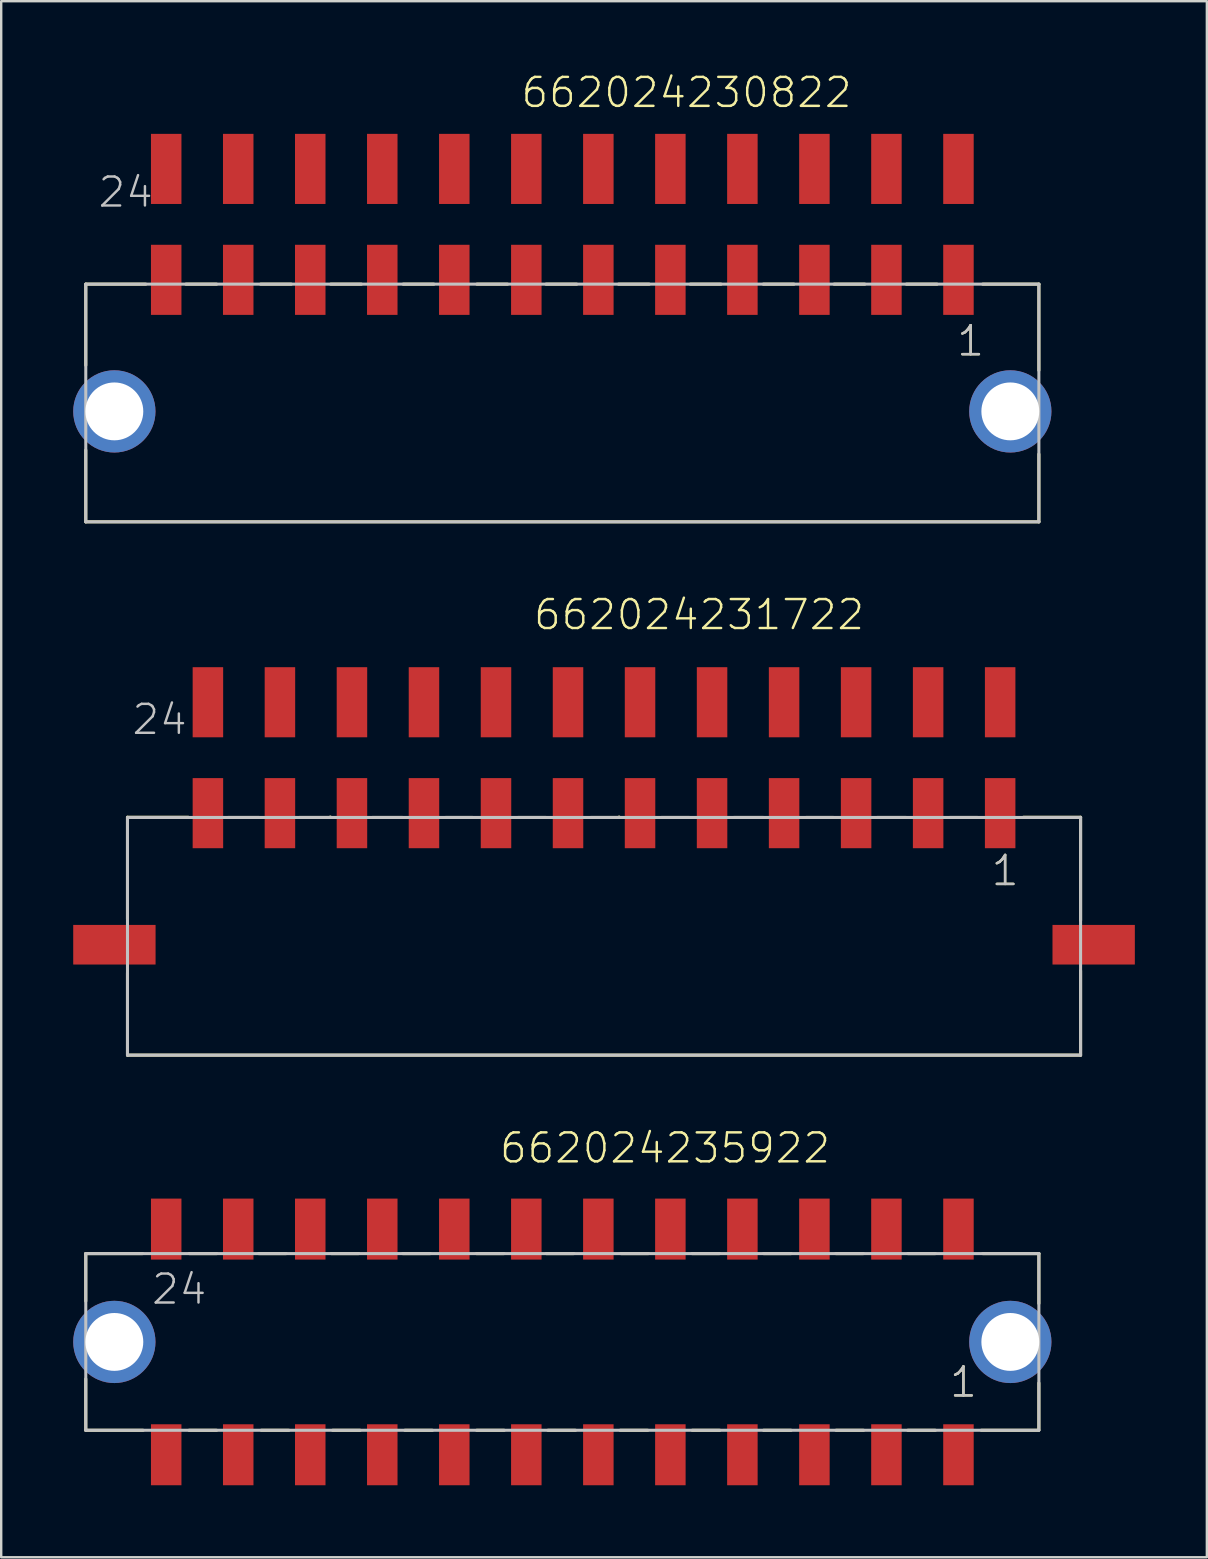
<source format=kicad_pcb>
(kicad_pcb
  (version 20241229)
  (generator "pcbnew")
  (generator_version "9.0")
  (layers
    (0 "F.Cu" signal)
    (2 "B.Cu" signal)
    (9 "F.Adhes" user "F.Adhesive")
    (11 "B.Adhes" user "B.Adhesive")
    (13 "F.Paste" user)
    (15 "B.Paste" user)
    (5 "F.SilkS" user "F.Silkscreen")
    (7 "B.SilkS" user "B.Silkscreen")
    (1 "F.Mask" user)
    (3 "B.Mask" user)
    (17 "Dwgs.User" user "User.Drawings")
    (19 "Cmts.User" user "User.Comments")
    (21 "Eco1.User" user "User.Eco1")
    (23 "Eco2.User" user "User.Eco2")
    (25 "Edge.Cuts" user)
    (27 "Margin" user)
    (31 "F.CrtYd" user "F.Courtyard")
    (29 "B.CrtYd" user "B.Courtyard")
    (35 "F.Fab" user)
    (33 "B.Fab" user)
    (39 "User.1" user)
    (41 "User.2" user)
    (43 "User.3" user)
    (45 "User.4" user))
  (footprint "662024230822"
    (layer "F.Cu")
    (at 20.373 14.086)
    (property "Reference" "662024230822" (at -1.785 -12.575 0) (layer "F.SilkS") (effects (font (size 1.206 1.206) (thickness 0.102)) (justify left bottom)))
    (attr through_hole)
    (fp_line (start -19.85 -5.3) (end -19.85 -1.92) (stroke (width 0.127) (type solid)) (layer "F.SilkS"))
    (fp_line (start -19.85 1.61) (end -19.85 4.6) (stroke (width 0.127) (type solid)) (layer "F.SilkS"))
    (fp_line (start -19.85 4.6) (end 19.85 4.6) (stroke (width 0.127) (type solid)) (layer "F.SilkS"))
    (fp_line (start -17.35 -5.3) (end -19.85 -5.3) (stroke (width 0.127) (type solid)) (layer "F.SilkS"))
    (fp_line (start -15.68 -5.3) (end -14.4 -5.3) (stroke (width 0.127) (type solid)) (layer "F.SilkS"))
    (fp_line (start -12.57 -5.3) (end -11.29 -5.3) (stroke (width 0.127) (type solid)) (layer "F.SilkS"))
    (fp_line (start -9.65 -5.3) (end -8.37 -5.3) (stroke (width 0.127) (type solid)) (layer "F.SilkS"))
    (fp_line (start -6.63 -5.3) (end -5.35 -5.3) (stroke (width 0.127) (type solid)) (layer "F.SilkS"))
    (fp_line (start -3.56 -5.3) (end -2.28 -5.3) (stroke (width 0.127) (type solid)) (layer "F.SilkS"))
    (fp_line (start -0.68 -5.3) (end 0.6 -5.3) (stroke (width 0.127) (type solid)) (layer "F.SilkS"))
    (fp_line (start 2.34 -5.3) (end 3.62 -5.3) (stroke (width 0.127) (type solid)) (layer "F.SilkS"))
    (fp_line (start 5.33 -5.3) (end 6.61 -5.3) (stroke (width 0.127) (type solid)) (layer "F.SilkS"))
    (fp_line (start 8.37 -5.3) (end 9.65 -5.3) (stroke (width 0.127) (type solid)) (layer "F.SilkS"))
    (fp_line (start 11.32 -5.3) (end 12.6 -5.3) (stroke (width 0.127) (type solid)) (layer "F.SilkS"))
    (fp_line (start 14.33 -5.3) (end 15.61 -5.3) (stroke (width 0.127) (type solid)) (layer "F.SilkS"))
    (fp_line (start 17.51 -5.3) (end 19.85 -5.3) (stroke (width 0.127) (type solid)) (layer "F.SilkS"))
    (fp_line (start 19.85 -5.3) (end 19.85 -1.71) (stroke (width 0.127) (type solid)) (layer "F.SilkS"))
    (fp_line (start 19.85 4.6) (end 19.85 1.78) (stroke (width 0.127) (type solid)) (layer "F.SilkS"))
    (fp_line (start -19.85 -5.3) (end 19.85 -5.3) (stroke (width 0.127) (type solid)) (layer "Dwgs.User"))
    (fp_line (start -19.85 4.6) (end -19.85 -5.3) (stroke (width 0.127) (type solid)) (layer "Dwgs.User"))
    (fp_line (start 19.85 -5.3) (end 19.85 4.6) (stroke (width 0.127) (type solid)) (layer "Dwgs.User"))
    (fp_line (start 19.85 4.6) (end -19.85 4.6) (stroke (width 0.127) (type solid)) (layer "Dwgs.User"))
    (fp_text user "1" (at 16.365 -2.23 0) (layer "F.SilkS") (effects (font (size 1.206 1.206) (thickness 0.102)) (justify left bottom)))
    (fp_text user "24" (at -19.405 -8.425 0) (layer "Dwgs.User") (effects (font (size 1.206 1.206) (thickness 0.102)) (justify left bottom)))
    (fp_text user "1" (at 16.365 -2.23 0) (layer "Dwgs.User") (effects (font (size 1.206 1.206) (thickness 0.102)) (justify left bottom)))
    (pad "1" smd rect (at 16.5 -5.48 90) (size 2.92 1.27) (layers "F.Cu" "F.Mask" "F.Paste"))
    (pad "2" smd rect (at 13.5 -5.48 90) (size 2.92 1.27) (layers "F.Cu" "F.Mask" "F.Paste"))
    (pad "3" smd rect (at 10.5 -5.48 90) (size 2.92 1.27) (layers "F.Cu" "F.Mask" "F.Paste"))
    (pad "4" smd rect (at 7.5 -5.48 90) (size 2.92 1.27) (layers "F.Cu" "F.Mask" "F.Paste"))
    (pad "5" smd rect (at 4.5 -5.48 90) (size 2.92 1.27) (layers "F.Cu" "F.Mask" "F.Paste"))
    (pad "6" smd rect (at 1.5 -5.48 90) (size 2.92 1.27) (layers "F.Cu" "F.Mask" "F.Paste"))
    (pad "7" smd rect (at -1.5 -5.48 90) (size 2.92 1.27) (layers "F.Cu" "F.Mask" "F.Paste"))
    (pad "8" smd rect (at -4.5 -5.48 90) (size 2.92 1.27) (layers "F.Cu" "F.Mask" "F.Paste"))
    (pad "9" smd rect (at -7.5 -5.48 90) (size 2.92 1.27) (layers "F.Cu" "F.Mask" "F.Paste"))
    (pad "10" smd rect (at -10.5 -5.48 90) (size 2.92 1.27) (layers "F.Cu" "F.Mask" "F.Paste"))
    (pad "11" smd rect (at -13.5 -5.48 90) (size 2.92 1.27) (layers "F.Cu" "F.Mask" "F.Paste"))
    (pad "12" smd rect (at -16.5 -5.48 90) (size 2.92 1.27) (layers "F.Cu" "F.Mask" "F.Paste"))
    (pad "13" smd rect (at 16.5 -10.1 90) (size 2.92 1.27) (layers "F.Cu" "F.Mask" "F.Paste"))
    (pad "14" smd rect (at 13.5 -10.1 90) (size 2.92 1.27) (layers "F.Cu" "F.Mask" "F.Paste"))
    (pad "15" smd rect (at 10.5 -10.1 90) (size 2.92 1.27) (layers "F.Cu" "F.Mask" "F.Paste"))
    (pad "16" smd rect (at 7.5 -10.1 90) (size 2.92 1.27) (layers "F.Cu" "F.Mask" "F.Paste"))
    (pad "17" smd rect (at 4.5 -10.1 90) (size 2.92 1.27) (layers "F.Cu" "F.Mask" "F.Paste"))
    (pad "18" smd rect (at 1.5 -10.1 90) (size 2.92 1.27) (layers "F.Cu" "F.Mask" "F.Paste"))
    (pad "19" smd rect (at -1.5 -10.1 90) (size 2.92 1.27) (layers "F.Cu" "F.Mask" "F.Paste"))
    (pad "20" smd rect (at -4.5 -10.1 90) (size 2.92 1.27) (layers "F.Cu" "F.Mask" "F.Paste"))
    (pad "21" smd rect (at -7.5 -10.1 90) (size 2.92 1.27) (layers "F.Cu" "F.Mask" "F.Paste"))
    (pad "22" smd rect (at -10.5 -10.1 90) (size 2.92 1.27) (layers "F.Cu" "F.Mask" "F.Paste"))
    (pad "23" smd rect (at -13.5 -10.1 90) (size 2.92 1.27) (layers "F.Cu" "F.Mask" "F.Paste"))
    (pad "24" smd rect (at -16.5 -10.1 90) (size 2.92 1.27) (layers "F.Cu" "F.Mask" "F.Paste"))
    (pad "Z1" thru_hole circle (at -18.66 0) (size 3.426 3.426) (drill 2.41) (layers "*.Cu" "*.Mask"))
    (pad "Z2" thru_hole circle (at 18.66 0) (size 3.426 3.426) (drill 2.41) (layers "*.Cu" "*.Mask")))
  (footprint "662024235922"
    (layer "F.Cu")
    (at 20.373 52.846)
    (property "Reference" "662024235922" (at -2.68 -7.37 0) (layer "F.SilkS") (effects (font (size 1.206 1.206) (thickness 0.102)) (justify left bottom)))
    (attr through_hole)
    (fp_line (start -19.85 -3.68) (end -19.85 -1.7) (stroke (width 0.127) (type solid)) (layer "F.SilkS"))
    (fp_line (start -19.85 1.54) (end -19.85 3.68) (stroke (width 0.127) (type solid)) (layer "F.SilkS"))
    (fp_line (start -17.48 -3.68) (end -19.85 -3.68) (stroke (width 0.127) (type solid)) (layer "F.SilkS"))
    (fp_line (start -17.46 3.68) (end -19.85 3.68) (stroke (width 0.127) (type solid)) (layer "F.SilkS"))
    (fp_line (start -15.55 3.68) (end -14.4 3.68) (stroke (width 0.127) (type solid)) (layer "F.SilkS"))
    (fp_line (start -15.54 -3.68) (end -14.39 -3.68) (stroke (width 0.127) (type solid)) (layer "F.SilkS"))
    (fp_line (start -12.65 -3.68) (end -11.5 -3.68) (stroke (width 0.127) (type solid)) (layer "F.SilkS"))
    (fp_line (start -12.54 3.68) (end -11.39 3.68) (stroke (width 0.127) (type solid)) (layer "F.SilkS"))
    (fp_line (start -9.63 -3.68) (end -8.48 -3.68) (stroke (width 0.127) (type solid)) (layer "F.SilkS"))
    (fp_line (start -9.57 3.68) (end -8.42 3.68) (stroke (width 0.127) (type solid)) (layer "F.SilkS"))
    (fp_line (start -6.65 -3.68) (end -5.5 -3.68) (stroke (width 0.127) (type solid)) (layer "F.SilkS"))
    (fp_line (start -6.56 3.68) (end -5.41 3.68) (stroke (width 0.127) (type solid)) (layer "F.SilkS"))
    (fp_line (start -3.58 -3.68) (end -2.43 -3.68) (stroke (width 0.127) (type solid)) (layer "F.SilkS"))
    (fp_line (start -3.57 3.68) (end -2.42 3.68) (stroke (width 0.127) (type solid)) (layer "F.SilkS"))
    (fp_line (start -0.67 -3.68) (end 0.48 -3.68) (stroke (width 0.127) (type solid)) (layer "F.SilkS"))
    (fp_line (start -0.6 3.68) (end 0.55 3.68) (stroke (width 0.127) (type solid)) (layer "F.SilkS"))
    (fp_line (start 2.41 3.68) (end 3.56 3.68) (stroke (width 0.127) (type solid)) (layer "F.SilkS"))
    (fp_line (start 2.44 -3.68) (end 3.59 -3.68) (stroke (width 0.127) (type solid)) (layer "F.SilkS"))
    (fp_line (start 5.4 -3.68) (end 6.55 -3.68) (stroke (width 0.127) (type solid)) (layer "F.SilkS"))
    (fp_line (start 5.41 3.68) (end 6.56 3.68) (stroke (width 0.127) (type solid)) (layer "F.SilkS"))
    (fp_line (start 8.38 -3.68) (end 9.53 -3.68) (stroke (width 0.127) (type solid)) (layer "F.SilkS"))
    (fp_line (start 8.38 3.68) (end 9.53 3.68) (stroke (width 0.127) (type solid)) (layer "F.SilkS"))
    (fp_line (start 11.39 -3.68) (end 12.54 -3.68) (stroke (width 0.127) (type solid)) (layer "F.SilkS"))
    (fp_line (start 11.4 3.68) (end 12.55 3.68) (stroke (width 0.127) (type solid)) (layer "F.SilkS"))
    (fp_line (start 14.39 -3.68) (end 15.54 -3.68) (stroke (width 0.127) (type solid)) (layer "F.SilkS"))
    (fp_line (start 14.39 3.68) (end 15.54 3.68) (stroke (width 0.127) (type solid)) (layer "F.SilkS"))
    (fp_line (start 17.51 -3.68) (end 19.85 -3.68) (stroke (width 0.127) (type solid)) (layer "F.SilkS"))
    (fp_line (start 19.84 3.68) (end 17.45 3.68) (stroke (width 0.127) (type solid)) (layer "F.SilkS"))
    (fp_line (start 19.85 -3.68) (end 19.85 -1.6) (stroke (width 0.127) (type solid)) (layer "F.SilkS"))
    (fp_line (start 19.85 1.71) (end 19.85 3.67) (stroke (width 0.127) (type solid)) (layer "F.SilkS"))
    (fp_line (start -19.85 -3.68) (end 19.85 -3.68) (stroke (width 0.127) (type solid)) (layer "Dwgs.User"))
    (fp_line (start -19.85 3.68) (end -19.85 -3.68) (stroke (width 0.127) (type solid)) (layer "Dwgs.User"))
    (fp_line (start 19.85 -3.68) (end 19.85 3.68) (stroke (width 0.127) (type solid)) (layer "Dwgs.User"))
    (fp_line (start 19.85 3.68) (end -19.85 3.68) (stroke (width 0.127) (type solid)) (layer "Dwgs.User"))
    (fp_text user "1" (at 16.065 2.38 0) (layer "F.SilkS") (effects (font (size 1.206 1.206) (thickness 0.102)) (justify left bottom)))
    (fp_text user "1" (at 16.065 2.38 0) (layer "Dwgs.User") (effects (font (size 1.206 1.206) (thickness 0.102)) (justify left bottom)))
    (fp_text user "24" (at -17.175 -1.49 0) (layer "Dwgs.User") (effects (font (size 1.206 1.206) (thickness 0.102)) (justify left bottom)))
    (pad "1" smd rect (at 16.5 4.7 90) (size 2.54 1.27) (layers "F.Cu" "F.Mask" "F.Paste"))
    (pad "2" smd rect (at 13.5 4.7 90) (size 2.54 1.27) (layers "F.Cu" "F.Mask" "F.Paste"))
    (pad "3" smd rect (at 10.5 4.7 90) (size 2.54 1.27) (layers "F.Cu" "F.Mask" "F.Paste"))
    (pad "4" smd rect (at 7.5 4.7 90) (size 2.54 1.27) (layers "F.Cu" "F.Mask" "F.Paste"))
    (pad "5" smd rect (at 4.5 4.7 90) (size 2.54 1.27) (layers "F.Cu" "F.Mask" "F.Paste"))
    (pad "6" smd rect (at 1.5 4.7 90) (size 2.54 1.27) (layers "F.Cu" "F.Mask" "F.Paste"))
    (pad "7" smd rect (at -1.5 4.7 90) (size 2.54 1.27) (layers "F.Cu" "F.Mask" "F.Paste"))
    (pad "8" smd rect (at -4.5 4.7 90) (size 2.54 1.27) (layers "F.Cu" "F.Mask" "F.Paste"))
    (pad "9" smd rect (at -7.5 4.7 90) (size 2.54 1.27) (layers "F.Cu" "F.Mask" "F.Paste"))
    (pad "10" smd rect (at -10.5 4.7 90) (size 2.54 1.27) (layers "F.Cu" "F.Mask" "F.Paste"))
    (pad "11" smd rect (at -13.5 4.7 90) (size 2.54 1.27) (layers "F.Cu" "F.Mask" "F.Paste"))
    (pad "12" smd rect (at -16.5 4.7 90) (size 2.54 1.27) (layers "F.Cu" "F.Mask" "F.Paste"))
    (pad "13" smd rect (at 16.5 -4.7 90) (size 2.54 1.27) (layers "F.Cu" "F.Mask" "F.Paste"))
    (pad "14" smd rect (at 13.5 -4.7 90) (size 2.54 1.27) (layers "F.Cu" "F.Mask" "F.Paste"))
    (pad "15" smd rect (at 10.5 -4.7 90) (size 2.54 1.27) (layers "F.Cu" "F.Mask" "F.Paste"))
    (pad "16" smd rect (at 7.5 -4.7 90) (size 2.54 1.27) (layers "F.Cu" "F.Mask" "F.Paste"))
    (pad "17" smd rect (at 4.5 -4.7 90) (size 2.54 1.27) (layers "F.Cu" "F.Mask" "F.Paste"))
    (pad "18" smd rect (at 1.5 -4.7 90) (size 2.54 1.27) (layers "F.Cu" "F.Mask" "F.Paste"))
    (pad "19" smd rect (at -1.5 -4.7 90) (size 2.54 1.27) (layers "F.Cu" "F.Mask" "F.Paste"))
    (pad "20" smd rect (at -4.5 -4.7 90) (size 2.54 1.27) (layers "F.Cu" "F.Mask" "F.Paste"))
    (pad "21" smd rect (at -7.5 -4.7 90) (size 2.54 1.27) (layers "F.Cu" "F.Mask" "F.Paste"))
    (pad "22" smd rect (at -10.5 -4.7 90) (size 2.54 1.27) (layers "F.Cu" "F.Mask" "F.Paste"))
    (pad "23" smd rect (at -13.5 -4.7 90) (size 2.54 1.27) (layers "F.Cu" "F.Mask" "F.Paste"))
    (pad "24" smd rect (at -16.5 -4.7 90) (size 2.54 1.27) (layers "F.Cu" "F.Mask" "F.Paste"))
    (pad "Z1" thru_hole circle (at -18.66 0) (size 3.426 3.426) (drill 2.41) (layers "*.Cu" "*.Mask"))
    (pad "Z2" thru_hole circle (at 18.66 0) (size 3.426 3.426) (drill 2.41) (layers "*.Cu" "*.Mask")))
  (footprint "662024231722"
    (layer "F.Cu")
    (at 22.11 36.301)
    (property "Reference" "662024231722" (at -3 -13.04 0) (layer "F.SilkS") (effects (font (size 1.206 1.206) (thickness 0.102)) (justify left bottom)))
    (attr through_hole)
    (fp_line (start -19.85 -5.31) (end -19.85 -1.07) (stroke (width 0.127) (type solid)) (layer "F.SilkS"))
    (fp_line (start -19.85 1.17) (end -19.85 4.6) (stroke (width 0.127) (type solid)) (layer "F.SilkS"))
    (fp_line (start -19.85 4.6) (end 19.85 4.6) (stroke (width 0.127) (type solid)) (layer "F.SilkS"))
    (fp_line (start -17.32 -5.31) (end -19.85 -5.31) (stroke (width 0.127) (type solid)) (layer "F.SilkS"))
    (fp_line (start -15.67 -5.3) (end -14.36 -5.3) (stroke (width 0.127) (type solid)) (layer "F.SilkS"))
    (fp_line (start -12.7 -5.3) (end -11.4 -5.3) (stroke (width 0.127) (type solid)) (layer "F.SilkS"))
    (fp_line (start -11.4 -5.3) (end -11.4 -5.32) (stroke (width 0.127) (type solid)) (layer "F.SilkS"))
    (fp_line (start -9.66 -5.3) (end -8.38 -5.3) (stroke (width 0.127) (type solid)) (layer "F.SilkS"))
    (fp_line (start -6.61 -5.3) (end -5.46 -5.3) (stroke (width 0.127) (type solid)) (layer "F.SilkS"))
    (fp_line (start -3.59 -5.3) (end -2.41 -5.3) (stroke (width 0.127) (type solid)) (layer "F.SilkS"))
    (fp_line (start -0.56 -5.3) (end 0.63 -5.3) (stroke (width 0.127) (type solid)) (layer "F.SilkS"))
    (fp_line (start 0.63 -5.3) (end 0.63 -5.32) (stroke (width 0.127) (type solid)) (layer "F.SilkS"))
    (fp_line (start 2.38 -5.3) (end 3.57 -5.3) (stroke (width 0.127) (type solid)) (layer "F.SilkS"))
    (fp_line (start 5.4 -5.3) (end 6.65 -5.3) (stroke (width 0.127) (type solid)) (layer "F.SilkS"))
    (fp_line (start 8.41 -5.3) (end 9.57 -5.3) (stroke (width 0.127) (type solid)) (layer "F.SilkS"))
    (fp_line (start 11.37 -5.3) (end 12.59 -5.3) (stroke (width 0.127) (type solid)) (layer "F.SilkS"))
    (fp_line (start 14.4 -5.3) (end 15.57 -5.3) (stroke (width 0.127) (type solid)) (layer "F.SilkS"))
    (fp_line (start 17.47 -5.31) (end 19.85 -5.31) (stroke (width 0.127) (type solid)) (layer "F.SilkS"))
    (fp_line (start 19.85 -5.31) (end 19.85 -1.01) (stroke (width 0.127) (type solid)) (layer "F.SilkS"))
    (fp_line (start 19.85 4.6) (end 19.85 1.08) (stroke (width 0.127) (type solid)) (layer "F.SilkS"))
    (fp_line (start -19.85 -5.3) (end 19.85 -5.3) (stroke (width 0.127) (type solid)) (layer "Dwgs.User"))
    (fp_line (start -19.85 4.6) (end -19.85 -5.3) (stroke (width 0.127) (type solid)) (layer "Dwgs.User"))
    (fp_line (start 19.85 -5.3) (end 19.85 4.6) (stroke (width 0.127) (type solid)) (layer "Dwgs.User"))
    (fp_line (start 19.85 4.6) (end -19.85 4.6) (stroke (width 0.127) (type solid)) (layer "Dwgs.User"))
    (fp_text user "1" (at 16.065 -2.38 0) (layer "F.SilkS") (effects (font (size 1.206 1.206) (thickness 0.102)) (justify left bottom)))
    (fp_text user "1" (at 16.065 -2.38 0) (layer "Dwgs.User") (effects (font (size 1.206 1.206) (thickness 0.102)) (justify left bottom)))
    (fp_text user "24" (at -19.73 -8.675 0) (layer "Dwgs.User") (effects (font (size 1.206 1.206) (thickness 0.102)) (justify left bottom)))
    (pad "1" smd rect (at 16.5 -5.48 90) (size 2.92 1.27) (layers "F.Cu" "F.Mask" "F.Paste"))
    (pad "2" smd rect (at 13.5 -5.48 90) (size 2.92 1.27) (layers "F.Cu" "F.Mask" "F.Paste"))
    (pad "3" smd rect (at 10.5 -5.48 90) (size 2.92 1.27) (layers "F.Cu" "F.Mask" "F.Paste"))
    (pad "4" smd rect (at 7.5 -5.48 90) (size 2.92 1.27) (layers "F.Cu" "F.Mask" "F.Paste"))
    (pad "5" smd rect (at 4.5 -5.48 90) (size 2.92 1.27) (layers "F.Cu" "F.Mask" "F.Paste"))
    (pad "6" smd rect (at 1.5 -5.48 90) (size 2.92 1.27) (layers "F.Cu" "F.Mask" "F.Paste"))
    (pad "7" smd rect (at -1.5 -5.48 90) (size 2.92 1.27) (layers "F.Cu" "F.Mask" "F.Paste"))
    (pad "8" smd rect (at -4.5 -5.48 90) (size 2.92 1.27) (layers "F.Cu" "F.Mask" "F.Paste"))
    (pad "9" smd rect (at -7.5 -5.48 90) (size 2.92 1.27) (layers "F.Cu" "F.Mask" "F.Paste"))
    (pad "10" smd rect (at -10.5 -5.48 90) (size 2.92 1.27) (layers "F.Cu" "F.Mask" "F.Paste"))
    (pad "11" smd rect (at -13.5 -5.48 90) (size 2.92 1.27) (layers "F.Cu" "F.Mask" "F.Paste"))
    (pad "12" smd rect (at -16.5 -5.48 90) (size 2.92 1.27) (layers "F.Cu" "F.Mask" "F.Paste"))
    (pad "13" smd rect (at 16.5 -10.1 90) (size 2.92 1.27) (layers "F.Cu" "F.Mask" "F.Paste"))
    (pad "14" smd rect (at 13.5 -10.1 90) (size 2.92 1.27) (layers "F.Cu" "F.Mask" "F.Paste"))
    (pad "15" smd rect (at 10.5 -10.1 90) (size 2.92 1.27) (layers "F.Cu" "F.Mask" "F.Paste"))
    (pad "16" smd rect (at 7.5 -10.1 90) (size 2.92 1.27) (layers "F.Cu" "F.Mask" "F.Paste"))
    (pad "17" smd rect (at 4.5 -10.1 90) (size 2.92 1.27) (layers "F.Cu" "F.Mask" "F.Paste"))
    (pad "18" smd rect (at 1.5 -10.1 90) (size 2.92 1.27) (layers "F.Cu" "F.Mask" "F.Paste"))
    (pad "19" smd rect (at -1.5 -10.1 90) (size 2.92 1.27) (layers "F.Cu" "F.Mask" "F.Paste"))
    (pad "20" smd rect (at -4.5 -10.1 90) (size 2.92 1.27) (layers "F.Cu" "F.Mask" "F.Paste"))
    (pad "21" smd rect (at -7.5 -10.1 90) (size 2.92 1.27) (layers "F.Cu" "F.Mask" "F.Paste"))
    (pad "22" smd rect (at -10.5 -10.1 90) (size 2.92 1.27) (layers "F.Cu" "F.Mask" "F.Paste"))
    (pad "23" smd rect (at -13.5 -10.1 90) (size 2.92 1.27) (layers "F.Cu" "F.Mask" "F.Paste"))
    (pad "24" smd rect (at -16.5 -10.1 90) (size 2.92 1.27) (layers "F.Cu" "F.Mask" "F.Paste"))
    (pad "M1" smd rect (at 20.395 0) (size 3.43 1.65) (layers "F.Cu" "F.Mask" "F.Paste"))
    (pad "M2" smd rect (at -20.395 0) (size 3.43 1.65) (layers "F.Cu" "F.Mask" "F.Paste")))
  (gr_rect
    (start -3 -3)
    (end 47.22 61.816)
    (stroke (width 0.1) (type default))
    (fill no)
    (layer "Edge.Cuts")))
</source>
